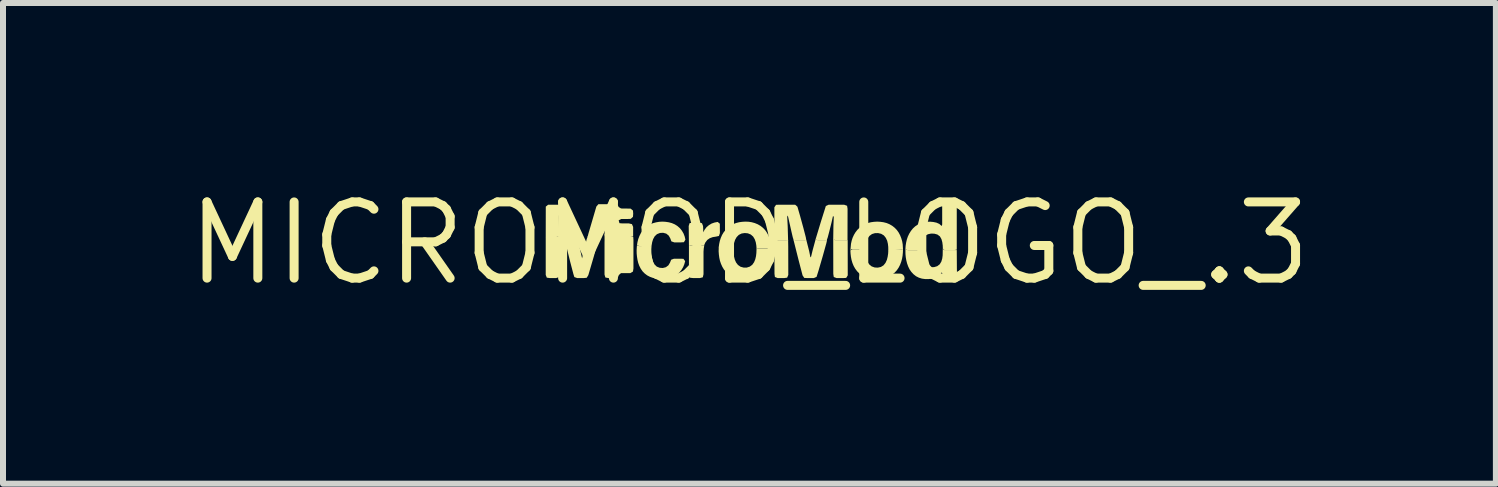
<source format=kicad_pcb>
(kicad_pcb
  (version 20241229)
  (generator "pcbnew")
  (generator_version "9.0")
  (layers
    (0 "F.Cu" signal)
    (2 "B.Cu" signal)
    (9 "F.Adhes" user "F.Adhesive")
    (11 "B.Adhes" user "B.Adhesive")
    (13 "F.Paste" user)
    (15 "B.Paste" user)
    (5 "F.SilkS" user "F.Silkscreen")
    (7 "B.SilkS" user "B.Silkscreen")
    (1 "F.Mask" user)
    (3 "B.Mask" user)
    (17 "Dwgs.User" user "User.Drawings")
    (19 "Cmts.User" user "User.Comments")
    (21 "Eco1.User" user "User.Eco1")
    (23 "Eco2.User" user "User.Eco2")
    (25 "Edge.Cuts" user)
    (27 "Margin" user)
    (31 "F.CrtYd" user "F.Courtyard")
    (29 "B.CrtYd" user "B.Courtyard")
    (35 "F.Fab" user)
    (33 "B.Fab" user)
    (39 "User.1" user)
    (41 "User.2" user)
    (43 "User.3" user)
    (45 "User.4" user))
  (footprint "MICROMOD_LOGO_.3"
    (layer "F.Cu")
    (at 9.442 1.006)
    (property "Reference" "MICROMOD_LOGO_.3" (at 0 0 0) (layer "F.SilkS") (effects (font (size 1.27 1.27) (thickness 0.15))))
    (attr through_hole)
    (fp_poly (pts (xy 1.637 -0.053) (xy 1.424 -0.053) (xy 1.396 -0.083) (xy 1.397 0.509) (xy 1.405 0.561) (xy 1.452 0.579) (xy 1.559 0.579) (xy 1.612 0.576) (xy 1.638 0.534)) (stroke (width 0) (type solid)) (fill yes) (layer "F.SilkS"))
    (fp_poly (pts (xy -3.396 -0.106) (xy -3.396 0.526) (xy -3.378 0.572) (xy -3.327 0.579) (xy -3.222 0.579) (xy -3.175 0.562) (xy -3.167 0.511) (xy -3.167 0.089) (xy -3.17 -0.111) (xy -3.186 -0.106)) (stroke (width 0) (type solid)) (fill yes) (layer "F.SilkS"))
    (fp_poly (pts (xy 0.644 -0.053) (xy 0.433 -0.053) (xy 0.415 -0.075) (xy 0.417 0.51) (xy 0.424 0.561) (xy 0.471 0.579) (xy 0.576 0.579) (xy 0.628 0.572) (xy 0.647 0.526) (xy 0.646 0.053)) (stroke (width 0) (type solid)) (fill yes) (layer "F.SilkS"))
    (fp_poly (pts (xy -0.753 0.032) (xy -0.968 0.032) (xy -1.009 0.044) (xy -1.009 0.528) (xy -0.988 0.574) (xy -0.935 0.579) (xy -0.828 0.579) (xy -0.778 0.566) (xy -0.766 0.515) (xy -0.766 0.139) (xy -0.762 0.085)) (stroke (width 0) (type solid)) (fill yes) (layer "F.SilkS"))
    (fp_poly (pts (xy -1.937 -0.106) (xy -2.416 -0.152) (xy -2.415 -0.058) (xy -2.416 -0.005) (xy -2.416 0.52) (xy -2.402 0.569) (xy -2.352 0.579) (xy -2.247 0.579) (xy -2.196 0.573) (xy -2.176 0.527) (xy -2.142 0.497) (xy -1.985 0.496) (xy -1.942 0.47) (xy -1.934 0.419) (xy -1.934 -0.055)) (stroke (width 0) (type solid)) (fill yes) (layer "F.SilkS"))
    (fp_poly (pts (xy -3.357 -0.643) (xy -3.395 -0.612) (xy -3.396 -0.105) (xy -3.376 -0.106) (xy -3.218 -0.106) (xy -3.17 -0.111) (xy -3.177 -0.322) (xy -3.182 -0.427) (xy -3.18 -0.474) (xy -3.166 -0.427) (xy -3.087 -0.104) (xy -3.052 -0.106) (xy -2.894 -0.106) (xy -2.875 -0.102) (xy -2.955 -0.396) (xy -3.013 -0.599) (xy -3.041 -0.64) (xy -3.093 -0.644)) (stroke (width 0) (type solid)) (fill yes) (layer "F.SilkS"))
    (fp_poly (pts (xy 1.58 -0.643) (xy 1.318 -0.643) (xy 1.273 -0.622) (xy 1.194 -0.372) (xy 1.103 -0.071) (xy 1.13 -0.052) (xy 1.288 -0.052) (xy 1.304 -0.098) (xy 1.331 -0.2) (xy 1.369 -0.353) (xy 1.392 -0.455) (xy 1.405 -0.443) (xy 1.399 -0.285) (xy 1.396 -0.076) (xy 1.424 -0.052) (xy 1.634 -0.052) (xy 1.635 -0.575) (xy 1.627 -0.626)) (stroke (width 0) (type solid)) (fill yes) (layer "F.SilkS"))
    (fp_poly (pts (xy 0.736 -0.053) (xy 0.947 -0.053) (xy 0.939 -0.101) (xy 0.899 -0.255) (xy 0.843 -0.459) (xy 0.799 -0.611) (xy 0.761 -0.644) (xy 0.496 -0.644) (xy 0.443 -0.642) (xy 0.415 -0.601) (xy 0.415 -0.072) (xy 0.449 -0.053) (xy 0.608 -0.053) (xy 0.644 -0.044) (xy 0.637 -0.284) (xy 0.629 -0.443) (xy 0.639 -0.464) (xy 0.697 -0.206) (xy 0.721 -0.103)) (stroke (width 0) (type solid)) (fill yes) (layer "F.SilkS"))
    (fp_poly (pts (xy -2.876 -0.106) (xy -3.089 -0.106) (xy -3.078 -0.056) (xy -2.989 0.305) (xy -2.935 0.511) (xy -2.919 0.562) (xy -2.871 0.579) (xy -2.765 0.579) (xy -2.713 0.574) (xy -2.686 0.53) (xy -2.596 0.224) (xy -2.511 -0.083) (xy -2.534 -0.106) (xy -2.697 -0.115) (xy -2.714 -0.068) (xy -2.74 0.044) (xy -2.767 0.147) (xy -2.79 0.25) (xy -2.848 -0.003) (xy -2.861 -0.055)) (stroke (width 0) (type solid)) (fill yes) (layer "F.SilkS"))
    (fp_poly (pts (xy 1.293 -0.053) (xy 1.134 -0.053) (xy 1.104 -0.074) (xy 1.052 0.118) (xy 1.027 0.222) (xy 1.016 0.234) (xy 0.995 0.13) (xy 0.947 -0.058) (xy 0.927 -0.053) (xy 0.768 -0.053) (xy 0.734 -0.057) (xy 0.818 0.277) (xy 0.885 0.534) (xy 0.913 0.576) (xy 0.966 0.579) (xy 1.072 0.579) (xy 1.118 0.559) (xy 1.15 0.458) (xy 1.224 0.204) (xy 1.281 -0.001)) (stroke (width 0) (type solid)) (fill yes) (layer "F.SilkS"))
    (fp_poly (pts (xy -0.53 -0.357) (xy -0.582 -0.347) (xy -0.631 -0.33) (xy -0.676 -0.303) (xy -0.716 -0.269) (xy -0.748 -0.227) (xy -0.771 -0.184) (xy -0.771 -0.237) (xy -0.774 -0.289) (xy -0.792 -0.336) (xy -0.842 -0.345) (xy -0.947 -0.345) (xy -0.998 -0.337) (xy -1.013 -0.289) (xy -1.012 -0.237) (xy -1.009 0.045) (xy -0.965 0.032) (xy -0.756 0.032) (xy -0.735 -0.015) (xy -0.703 -0.057) (xy -0.661 -0.086) (xy -0.611 -0.104) (xy -0.559 -0.112) (xy -0.509 -0.123) (xy -0.493 -0.17) (xy -0.494 -0.327)) (stroke (width 0) (type solid)) (fill yes) (layer "F.SilkS"))
    (fp_poly (pts (xy -2.699 -0.106) (xy -2.54 -0.106) (xy -2.512 -0.08) (xy -2.462 -0.278) (xy -2.425 -0.432) (xy -2.408 -0.466) (xy -2.413 -0.307) (xy -2.416 -0.148) (xy -2.406 -0.106) (xy -1.983 -0.106) (xy -1.939 -0.115) (xy -1.939 -0.274) (xy -1.959 -0.32) (xy -2.009 -0.332) (xy -2.115 -0.332) (xy -2.167 -0.336) (xy -2.18 -0.384) (xy -2.138 -0.406) (xy -2.032 -0.406) (xy -1.979 -0.408) (xy -1.942 -0.442) (xy -1.938 -0.494) (xy -1.942 -0.547) (xy -1.982 -0.579) (xy -2.14 -0.581) (xy -2.18 -0.605) (xy -2.202 -0.649) (xy -2.255 -0.653) (xy -2.467 -0.653) (xy -2.519 -0.652) (xy -2.552 -0.613) (xy -2.685 -0.16)) (stroke (width 0) (type solid)) (fill yes) (layer "F.SilkS"))
    (fp_poly (pts (xy -1.451 -0.362) (xy -1.505 -0.359) (xy -1.557 -0.35) (xy -1.609 -0.336) (xy -1.658 -0.315) (xy -1.704 -0.287) (xy -1.745 -0.253) (xy -1.781 -0.213) (xy -1.811 -0.169) (xy -1.835 -0.121) (xy -1.854 -0.071) (xy -1.867 -0.019) (xy -1.875 0.033) (xy -1.835 0.045) (xy -1.674 0.045) (xy -1.633 0.045) (xy -1.622 -0.019) (xy -1.606 -0.07) (xy -1.58 -0.117) (xy -1.542 -0.153) (xy -1.492 -0.173) (xy -1.439 -0.176) (xy -1.387 -0.162) (xy -1.346 -0.129) (xy -1.32 -0.083) (xy -1.302 -0.033) (xy -1.253 -0.016) (xy -1.146 -0.016) (xy -1.093 -0.019) (xy -1.068 -0.062) (xy -1.08 -0.114) (xy -1.099 -0.164) (xy -1.126 -0.21) (xy -1.159 -0.252) (xy -1.199 -0.287) (xy -1.244 -0.316) (xy -1.293 -0.337) (xy -1.345 -0.351) (xy -1.398 -0.359)) (stroke (width 0) (type solid)) (fill yes) (layer "F.SilkS"))
    (fp_poly (pts (xy -1.632 0.045) (xy -1.843 0.045) (xy -1.876 0.034) (xy -1.881 0.116) (xy -1.88 0.169) (xy -1.875 0.221) (xy -1.867 0.273) (xy -1.855 0.324) (xy -1.837 0.374) (xy -1.813 0.421) (xy -1.784 0.464) (xy -1.747 0.502) (xy -1.705 0.534) (xy -1.659 0.558) (xy -1.609 0.576) (xy -1.558 0.587) (xy -1.505 0.593) (xy -1.453 0.594) (xy -1.4 0.591) (xy -1.348 0.582) (xy -1.298 0.567) (xy -1.25 0.546) (xy -1.205 0.518) (xy -1.166 0.483) (xy -1.133 0.442) (xy -1.106 0.397) (xy -1.086 0.348) (xy -1.072 0.297) (xy -1.101 0.258) (xy -1.153 0.256) (xy -1.258 0.256) (xy -1.305 0.273) (xy -1.325 0.322) (xy -1.352 0.367) (xy -1.394 0.398) (xy -1.445 0.411) (xy -1.497 0.407) (xy -1.545 0.388) (xy -1.583 0.351) (xy -1.607 0.304) (xy -1.622 0.254) (xy -1.631 0.202) (xy -1.635 0.15) (xy -1.636 0.097)) (stroke (width 0) (type solid)) (fill yes) (layer "F.SilkS"))
    (fp_poly (pts (xy 3.252 -0.718) (xy 3.214 -0.686) (xy 3.212 -0.634) (xy 3.212 -0.315) (xy 3.204 -0.289) (xy 3.164 -0.324) (xy 3.116 -0.345) (xy 3.064 -0.356) (xy 3.011 -0.361) (xy 2.958 -0.359) (xy 2.906 -0.352) (xy 2.855 -0.336) (xy 2.807 -0.313) (xy 2.763 -0.284) (xy 2.724 -0.248) (xy 2.691 -0.207) (xy 2.663 -0.162) (xy 2.64 -0.114) (xy 2.623 -0.064) (xy 2.611 -0.012) (xy 2.603 0.04) (xy 2.599 0.093) (xy 2.631 0.113) (xy 2.843 0.113) (xy 2.848 0.063) (xy 2.855 0.01) (xy 2.87 -0.04) (xy 2.894 -0.088) (xy 2.93 -0.127) (xy 2.976 -0.152) (xy 3.028 -0.163) (xy 3.081 -0.161) (xy 3.132 -0.147) (xy 3.174 -0.116) (xy 3.2 -0.07) (xy 3.214 -0.019) (xy 3.221 0.034) (xy 3.223 0.087) (xy 3.25 0.113) (xy 3.409 0.113) (xy 3.455 0.105) (xy 3.455 -0.637) (xy 3.452 -0.69) (xy 3.411 -0.718)) (stroke (width 0) (type solid)) (fill yes) (layer "F.SilkS"))
    (fp_poly (pts (xy -0.067 -0.362) (xy -0.12 -0.359) (xy -0.172 -0.352) (xy -0.223 -0.339) (xy -0.272 -0.32) (xy -0.318 -0.294) (xy -0.36 -0.263) (xy -0.397 -0.226) (xy -0.43 -0.184) (xy -0.457 -0.139) (xy -0.478 -0.091) (xy -0.494 -0.041) (xy -0.505 0.01) (xy -0.512 0.062) (xy -0.486 0.088) (xy -0.269 0.116) (xy -0.265 0.044) (xy -0.256 -0.008) (xy -0.24 -0.058) (xy -0.214 -0.104) (xy -0.178 -0.141) (xy -0.131 -0.164) (xy -0.079 -0.172) (xy -0.027 -0.167) (xy 0.022 -0.147) (xy 0.061 -0.113) (xy 0.088 -0.068) (xy 0.105 -0.018) (xy 0.114 0.034) (xy 0.118 0.086) (xy 0.169 0.088) (xy 0.326 0.088) (xy 0.363 0.086) (xy 0.357 0.019) (xy 0.348 -0.033) (xy 0.334 -0.084) (xy 0.315 -0.133) (xy 0.29 -0.179) (xy 0.26 -0.222) (xy 0.223 -0.26) (xy 0.182 -0.292) (xy 0.137 -0.318) (xy 0.088 -0.338) (xy 0.037 -0.352) (xy -0.015 -0.36)) (stroke (width 0) (type solid)) (fill yes) (layer "F.SilkS"))
    (fp_poly (pts (xy 2.129 -0.362) (xy 2.077 -0.359) (xy 2.025 -0.352) (xy 1.974 -0.339) (xy 1.925 -0.32) (xy 1.879 -0.295) (xy 1.837 -0.263) (xy 1.8 -0.227) (xy 1.768 -0.186) (xy 1.741 -0.141) (xy 1.719 -0.093) (xy 1.703 -0.043) (xy 1.692 0.008) (xy 1.682 0.118) (xy 1.697 0.099) (xy 1.906 0.099) (xy 1.927 0.101) (xy 1.936 0.017) (xy 1.948 -0.034) (xy 1.969 -0.082) (xy 2 -0.124) (xy 2.042 -0.155) (xy 2.092 -0.17) (xy 2.144 -0.171) (xy 2.195 -0.159) (xy 2.24 -0.132) (xy 2.273 -0.091) (xy 2.295 -0.044) (xy 2.307 0.007) (xy 2.313 0.059) (xy 2.314 0.123) (xy 2.537 0.099) (xy 2.559 0.104) (xy 2.554 0.016) (xy 2.545 -0.035) (xy 2.53 -0.086) (xy 2.511 -0.134) (xy 2.486 -0.181) (xy 2.456 -0.223) (xy 2.419 -0.261) (xy 2.378 -0.293) (xy 2.333 -0.319) (xy 2.284 -0.339) (xy 2.233 -0.352) (xy 2.181 -0.359)) (stroke (width 0) (type solid)) (fill yes) (layer "F.SilkS"))
    (fp_poly (pts (xy 3.455 0.112) (xy 3.243 0.112) (xy 3.222 0.086) (xy 3.22 0.2) (xy 3.213 0.253) (xy 3.198 0.304) (xy 3.171 0.349) (xy 3.129 0.381) (xy 3.078 0.396) (xy 3.025 0.399) (xy 2.973 0.389) (xy 2.928 0.363) (xy 2.893 0.323) (xy 2.87 0.275) (xy 2.856 0.224) (xy 2.848 0.171) (xy 2.846 0.118) (xy 2.799 0.113) (xy 2.639 0.113) (xy 2.599 0.094) (xy 2.6 0.178) (xy 2.605 0.231) (xy 2.614 0.283) (xy 2.627 0.335) (xy 2.645 0.385) (xy 2.668 0.433) (xy 2.698 0.476) (xy 2.734 0.515) (xy 2.776 0.548) (xy 2.823 0.572) (xy 2.874 0.588) (xy 2.926 0.595) (xy 2.979 0.596) (xy 3.032 0.591) (xy 3.084 0.579) (xy 3.132 0.558) (xy 3.174 0.525) (xy 3.206 0.483) (xy 3.216 0.508) (xy 3.226 0.559) (xy 3.272 0.579) (xy 3.378 0.579) (xy 3.431 0.577) (xy 3.46 0.537) (xy 3.457 0.431)) (stroke (width 0) (type solid)) (fill yes) (layer "F.SilkS"))
    (fp_poly (pts (xy 2.559 0.099) (xy 2.346 0.099) (xy 2.314 0.119) (xy 2.311 0.172) (xy 2.303 0.225) (xy 2.29 0.276) (xy 2.268 0.324) (xy 2.235 0.366) (xy 2.19 0.394) (xy 2.138 0.405) (xy 2.086 0.402) (xy 2.036 0.384) (xy 1.995 0.35) (xy 1.966 0.306) (xy 1.947 0.257) (xy 1.936 0.205) (xy 1.93 0.152) (xy 1.928 0.099) (xy 1.716 0.099) (xy 1.682 0.118) (xy 1.685 0.171) (xy 1.691 0.224) (xy 1.701 0.276) (xy 1.716 0.327) (xy 1.736 0.376) (xy 1.762 0.422) (xy 1.794 0.465) (xy 1.831 0.502) (xy 1.874 0.534) (xy 1.921 0.558) (xy 1.971 0.576) (xy 2.023 0.588) (xy 2.075 0.594) (xy 2.128 0.595) (xy 2.181 0.592) (xy 2.234 0.583) (xy 2.285 0.569) (xy 2.334 0.548) (xy 2.379 0.521) (xy 2.42 0.488) (xy 2.456 0.449) (xy 2.486 0.405) (xy 2.51 0.358) (xy 2.529 0.308) (xy 2.543 0.257) (xy 2.552 0.205) (xy 2.557 0.152)) (stroke (width 0) (type solid)) (fill yes) (layer "F.SilkS"))
    (fp_poly (pts (xy 0.362 0.088) (xy 0.15 0.088) (xy 0.118 0.082) (xy 0.115 0.161) (xy 0.109 0.213) (xy 0.097 0.265) (xy 0.077 0.314) (xy 0.047 0.357) (xy 0.005 0.388) (xy -0.045 0.404) (xy -0.098 0.404) (xy -0.149 0.39) (xy -0.192 0.36) (xy -0.224 0.318) (xy -0.245 0.27) (xy -0.258 0.219) (xy -0.265 0.166) (xy -0.268 0.113) (xy -0.295 0.088) (xy -0.512 0.06) (xy -0.514 0.134) (xy -0.51 0.187) (xy -0.503 0.24) (xy -0.492 0.291) (xy -0.475 0.341) (xy -0.453 0.39) (xy -0.426 0.435) (xy -0.393 0.476) (xy -0.354 0.512) (xy -0.31 0.541) (xy -0.262 0.564) (xy -0.212 0.58) (xy -0.16 0.59) (xy -0.107 0.595) (xy -0.055 0.595) (xy -0.002 0.59) (xy 0.05 0.58) (xy 0.1 0.565) (xy 0.148 0.543) (xy 0.193 0.514) (xy 0.233 0.479) (xy 0.267 0.439) (xy 0.295 0.395) (xy 0.318 0.347) (xy 0.336 0.297) (xy 0.348 0.246) (xy 0.357 0.194) (xy 0.361 0.141)) (stroke (width 0) (type solid)) (fill yes) (layer "F.SilkS")))
  (gr_rect
    (start -3 -3)
    (end 21.883 5.012)
    (stroke (width 0.1) (type default))
    (fill no)
    (layer "Edge.Cuts")))
</source>
